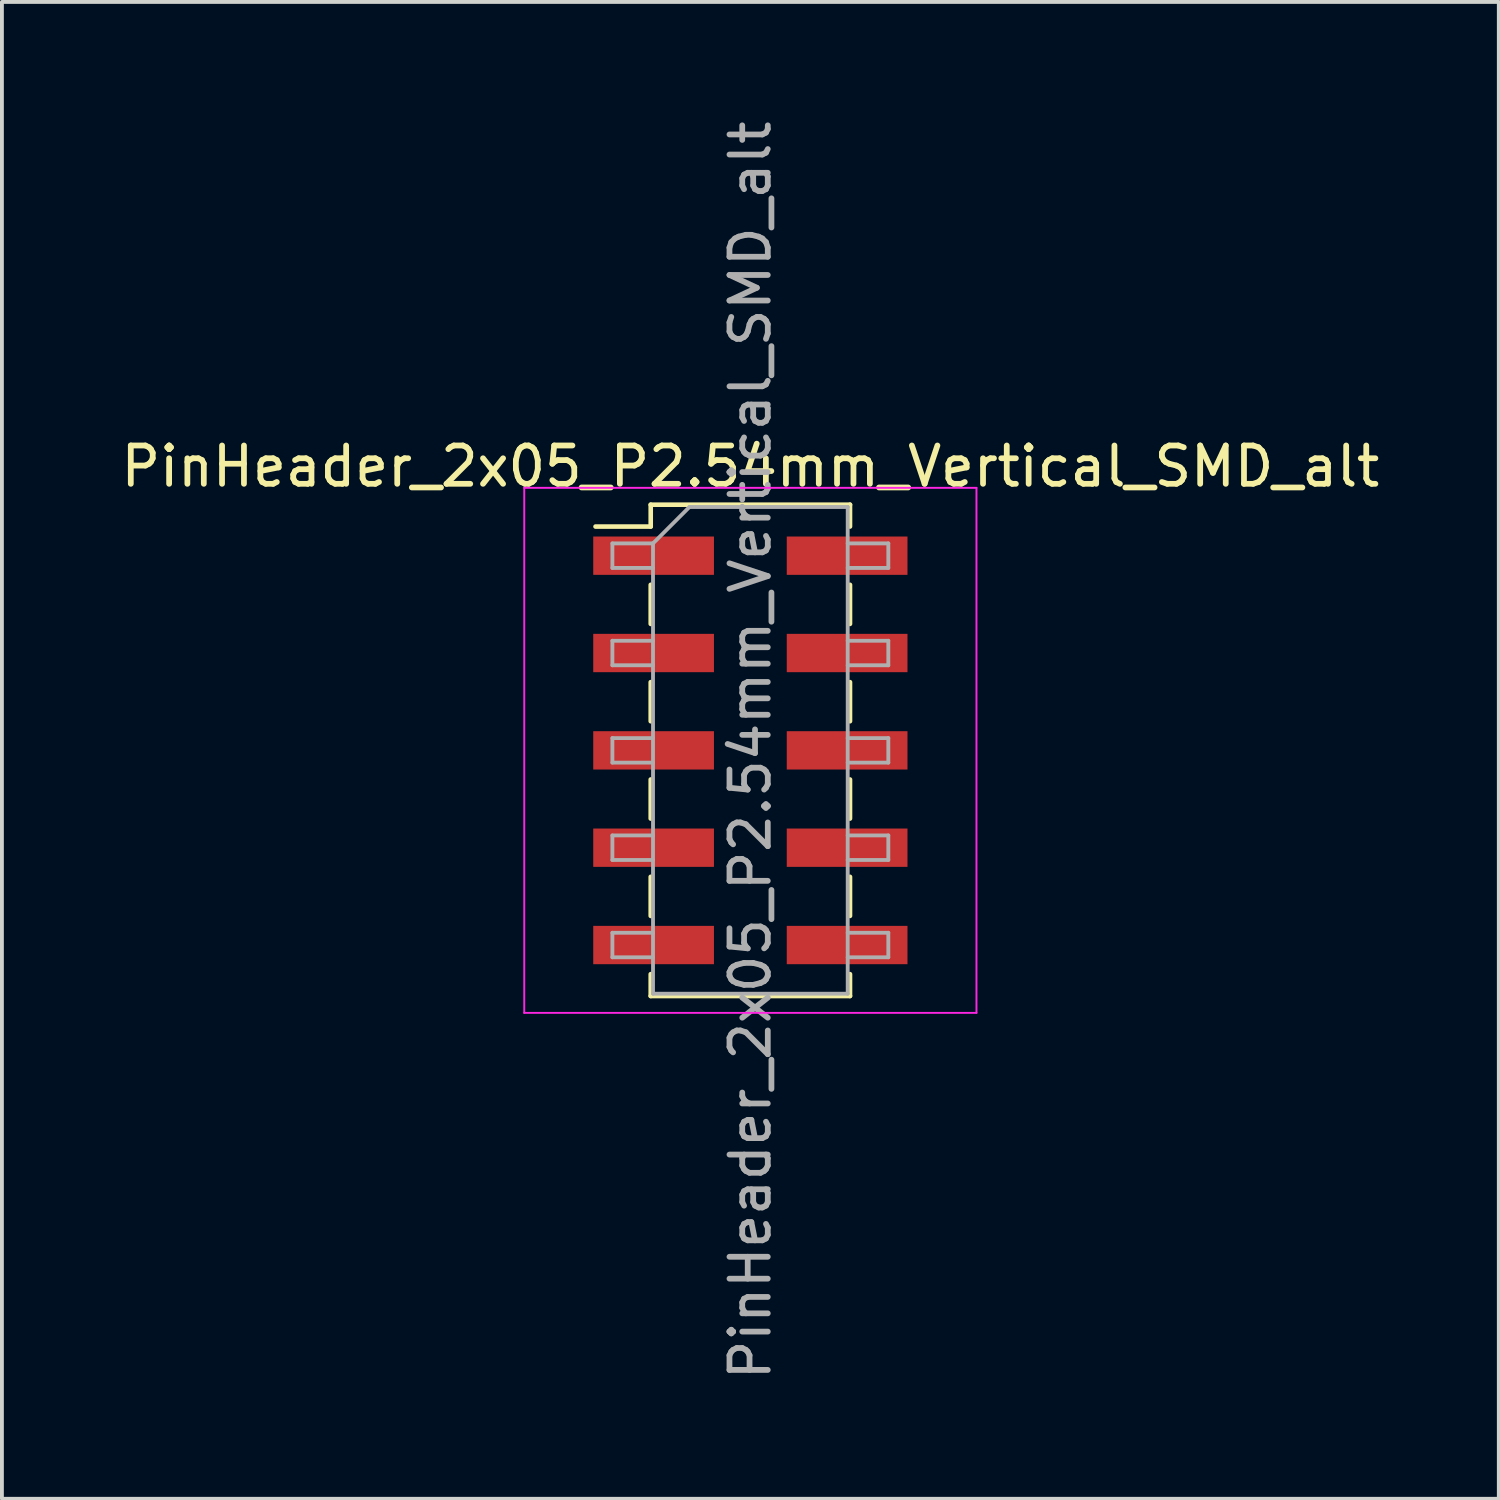
<source format=kicad_pcb>
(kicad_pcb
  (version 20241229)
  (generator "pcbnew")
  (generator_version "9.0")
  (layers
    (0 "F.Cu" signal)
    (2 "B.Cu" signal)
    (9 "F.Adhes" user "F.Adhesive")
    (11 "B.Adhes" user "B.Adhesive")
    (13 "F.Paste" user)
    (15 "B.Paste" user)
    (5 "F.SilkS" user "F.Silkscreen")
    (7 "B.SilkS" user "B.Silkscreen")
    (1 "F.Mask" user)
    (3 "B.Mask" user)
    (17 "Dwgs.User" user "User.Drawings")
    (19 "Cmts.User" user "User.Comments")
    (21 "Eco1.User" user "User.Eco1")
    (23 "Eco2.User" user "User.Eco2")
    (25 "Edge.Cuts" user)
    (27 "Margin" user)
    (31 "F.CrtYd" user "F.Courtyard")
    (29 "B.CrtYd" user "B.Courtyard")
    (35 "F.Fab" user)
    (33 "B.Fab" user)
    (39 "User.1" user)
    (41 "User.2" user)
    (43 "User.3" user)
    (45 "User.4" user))
  (footprint "PinHeader_2x05_P2.54mm_Vertical_SMD_alt"
    (layer "F.Cu")
    (at 16.53 16.53)
    (property "Reference" "PinHeader_2x05_P2.54mm_Vertical_SMD_alt" (at 0 -7.41 0) (layer "F.SilkS") (effects (font (size 1 1) (thickness 0.15))))
    (attr smd)
    (fp_line (start -4.04 -5.84) (end -2.6 -5.84) (stroke (width 0.12) (type solid)) (layer "F.SilkS"))
    (fp_line (start -2.6 -6.41) (end -2.6 -5.84) (stroke (width 0.12) (type solid)) (layer "F.SilkS"))
    (fp_line (start -2.6 -6.41) (end 2.6 -6.41) (stroke (width 0.12) (type solid)) (layer "F.SilkS"))
    (fp_line (start -2.6 -4.32) (end -2.6 -3.3) (stroke (width 0.12) (type solid)) (layer "F.SilkS"))
    (fp_line (start -2.6 -1.78) (end -2.6 -0.76) (stroke (width 0.12) (type solid)) (layer "F.SilkS"))
    (fp_line (start -2.6 0.76) (end -2.6 1.78) (stroke (width 0.12) (type solid)) (layer "F.SilkS"))
    (fp_line (start -2.6 3.3) (end -2.6 4.32) (stroke (width 0.12) (type solid)) (layer "F.SilkS"))
    (fp_line (start -2.6 5.84) (end -2.6 6.41) (stroke (width 0.12) (type solid)) (layer "F.SilkS"))
    (fp_line (start -2.6 6.41) (end 2.6 6.41) (stroke (width 0.12) (type solid)) (layer "F.SilkS"))
    (fp_line (start 2.6 -6.41) (end 2.6 -5.84) (stroke (width 0.12) (type solid)) (layer "F.SilkS"))
    (fp_line (start 2.6 -4.32) (end 2.6 -3.3) (stroke (width 0.12) (type solid)) (layer "F.SilkS"))
    (fp_line (start 2.6 -1.78) (end 2.6 -0.76) (stroke (width 0.12) (type solid)) (layer "F.SilkS"))
    (fp_line (start 2.6 0.76) (end 2.6 1.78) (stroke (width 0.12) (type solid)) (layer "F.SilkS"))
    (fp_line (start 2.6 3.3) (end 2.6 4.32) (stroke (width 0.12) (type solid)) (layer "F.SilkS"))
    (fp_line (start 2.6 5.84) (end 2.6 6.41) (stroke (width 0.12) (type solid)) (layer "F.SilkS"))
    (fp_line (start -5.9 -6.85) (end -5.9 6.85) (stroke (width 0.05) (type solid)) (layer "F.CrtYd"))
    (fp_line (start -5.9 6.85) (end 5.9 6.85) (stroke (width 0.05) (type solid)) (layer "F.CrtYd"))
    (fp_line (start 5.9 -6.85) (end -5.9 -6.85) (stroke (width 0.05) (type solid)) (layer "F.CrtYd"))
    (fp_line (start 5.9 6.85) (end 5.9 -6.85) (stroke (width 0.05) (type solid)) (layer "F.CrtYd"))
    (fp_line (start -3.6 -5.4) (end -3.6 -4.76) (stroke (width 0.1) (type solid)) (layer "F.Fab"))
    (fp_line (start -3.6 -4.76) (end -2.54 -4.76) (stroke (width 0.1) (type solid)) (layer "F.Fab"))
    (fp_line (start -3.6 -2.86) (end -3.6 -2.22) (stroke (width 0.1) (type solid)) (layer "F.Fab"))
    (fp_line (start -3.6 -2.22) (end -2.54 -2.22) (stroke (width 0.1) (type solid)) (layer "F.Fab"))
    (fp_line (start -3.6 -0.32) (end -3.6 0.32) (stroke (width 0.1) (type solid)) (layer "F.Fab"))
    (fp_line (start -3.6 0.32) (end -2.54 0.32) (stroke (width 0.1) (type solid)) (layer "F.Fab"))
    (fp_line (start -3.6 2.22) (end -3.6 2.86) (stroke (width 0.1) (type solid)) (layer "F.Fab"))
    (fp_line (start -3.6 2.86) (end -2.54 2.86) (stroke (width 0.1) (type solid)) (layer "F.Fab"))
    (fp_line (start -3.6 4.76) (end -3.6 5.4) (stroke (width 0.1) (type solid)) (layer "F.Fab"))
    (fp_line (start -3.6 5.4) (end -2.54 5.4) (stroke (width 0.1) (type solid)) (layer "F.Fab"))
    (fp_line (start -2.54 -5.4) (end -3.6 -5.4) (stroke (width 0.1) (type solid)) (layer "F.Fab"))
    (fp_line (start -2.54 -5.4) (end -1.59 -6.35) (stroke (width 0.1) (type solid)) (layer "F.Fab"))
    (fp_line (start -2.54 -2.86) (end -3.6 -2.86) (stroke (width 0.1) (type solid)) (layer "F.Fab"))
    (fp_line (start -2.54 -0.32) (end -3.6 -0.32) (stroke (width 0.1) (type solid)) (layer "F.Fab"))
    (fp_line (start -2.54 2.22) (end -3.6 2.22) (stroke (width 0.1) (type solid)) (layer "F.Fab"))
    (fp_line (start -2.54 4.76) (end -3.6 4.76) (stroke (width 0.1) (type solid)) (layer "F.Fab"))
    (fp_line (start -2.54 6.35) (end -2.54 -5.4) (stroke (width 0.1) (type solid)) (layer "F.Fab"))
    (fp_line (start -1.59 -6.35) (end 2.54 -6.35) (stroke (width 0.1) (type solid)) (layer "F.Fab"))
    (fp_line (start 2.54 -6.35) (end 2.54 6.35) (stroke (width 0.1) (type solid)) (layer "F.Fab"))
    (fp_line (start 2.54 -5.4) (end 3.6 -5.4) (stroke (width 0.1) (type solid)) (layer "F.Fab"))
    (fp_line (start 2.54 -2.86) (end 3.6 -2.86) (stroke (width 0.1) (type solid)) (layer "F.Fab"))
    (fp_line (start 2.54 -0.32) (end 3.6 -0.32) (stroke (width 0.1) (type solid)) (layer "F.Fab"))
    (fp_line (start 2.54 2.22) (end 3.6 2.22) (stroke (width 0.1) (type solid)) (layer "F.Fab"))
    (fp_line (start 2.54 4.76) (end 3.6 4.76) (stroke (width 0.1) (type solid)) (layer "F.Fab"))
    (fp_line (start 2.54 6.35) (end -2.54 6.35) (stroke (width 0.1) (type solid)) (layer "F.Fab"))
    (fp_line (start 3.6 -5.4) (end 3.6 -4.76) (stroke (width 0.1) (type solid)) (layer "F.Fab"))
    (fp_line (start 3.6 -4.76) (end 2.54 -4.76) (stroke (width 0.1) (type solid)) (layer "F.Fab"))
    (fp_line (start 3.6 -2.86) (end 3.6 -2.22) (stroke (width 0.1) (type solid)) (layer "F.Fab"))
    (fp_line (start 3.6 -2.22) (end 2.54 -2.22) (stroke (width 0.1) (type solid)) (layer "F.Fab"))
    (fp_line (start 3.6 -0.32) (end 3.6 0.32) (stroke (width 0.1) (type solid)) (layer "F.Fab"))
    (fp_line (start 3.6 0.32) (end 2.54 0.32) (stroke (width 0.1) (type solid)) (layer "F.Fab"))
    (fp_line (start 3.6 2.22) (end 3.6 2.86) (stroke (width 0.1) (type solid)) (layer "F.Fab"))
    (fp_line (start 3.6 2.86) (end 2.54 2.86) (stroke (width 0.1) (type solid)) (layer "F.Fab"))
    (fp_line (start 3.6 4.76) (end 3.6 5.4) (stroke (width 0.1) (type solid)) (layer "F.Fab"))
    (fp_line (start 3.6 5.4) (end 2.54 5.4) (stroke (width 0.1) (type solid)) (layer "F.Fab"))
    (fp_text user "${REFERENCE}" (at 0 0 90) (layer "F.Fab") (effects (font (size 1 1) (thickness 0.15))))
    (pad "1" smd rect (at 2.525 -5.08) (size 3.15 1) (layers "F.Cu" "F.Mask" "F.Paste"))
    (pad "2" smd rect (at -2.525 -5.08) (size 3.15 1) (layers "F.Cu" "F.Mask" "F.Paste"))
    (pad "3" smd rect (at 2.525 -2.54) (size 3.15 1) (layers "F.Cu" "F.Mask" "F.Paste"))
    (pad "4" smd rect (at -2.525 -2.54) (size 3.15 1) (layers "F.Cu" "F.Mask" "F.Paste"))
    (pad "5" smd rect (at 2.525 0) (size 3.15 1) (layers "F.Cu" "F.Mask" "F.Paste"))
    (pad "6" smd rect (at -2.525 0) (size 3.15 1) (layers "F.Cu" "F.Mask" "F.Paste"))
    (pad "7" smd rect (at 2.525 2.54) (size 3.15 1) (layers "F.Cu" "F.Mask" "F.Paste"))
    (pad "8" smd rect (at -2.525 2.54) (size 3.15 1) (layers "F.Cu" "F.Mask" "F.Paste"))
    (pad "9" smd rect (at 2.525 5.08) (size 3.15 1) (layers "F.Cu" "F.Mask" "F.Paste"))
    (pad "10" smd rect (at -2.525 5.08) (size 3.15 1) (layers "F.Cu" "F.Mask" "F.Paste")))
  (gr_rect
    (start -3 -3)
    (end 36.06 36.06)
    (stroke (width 0.1) (type default))
    (fill no)
    (layer "Edge.Cuts")))
</source>
